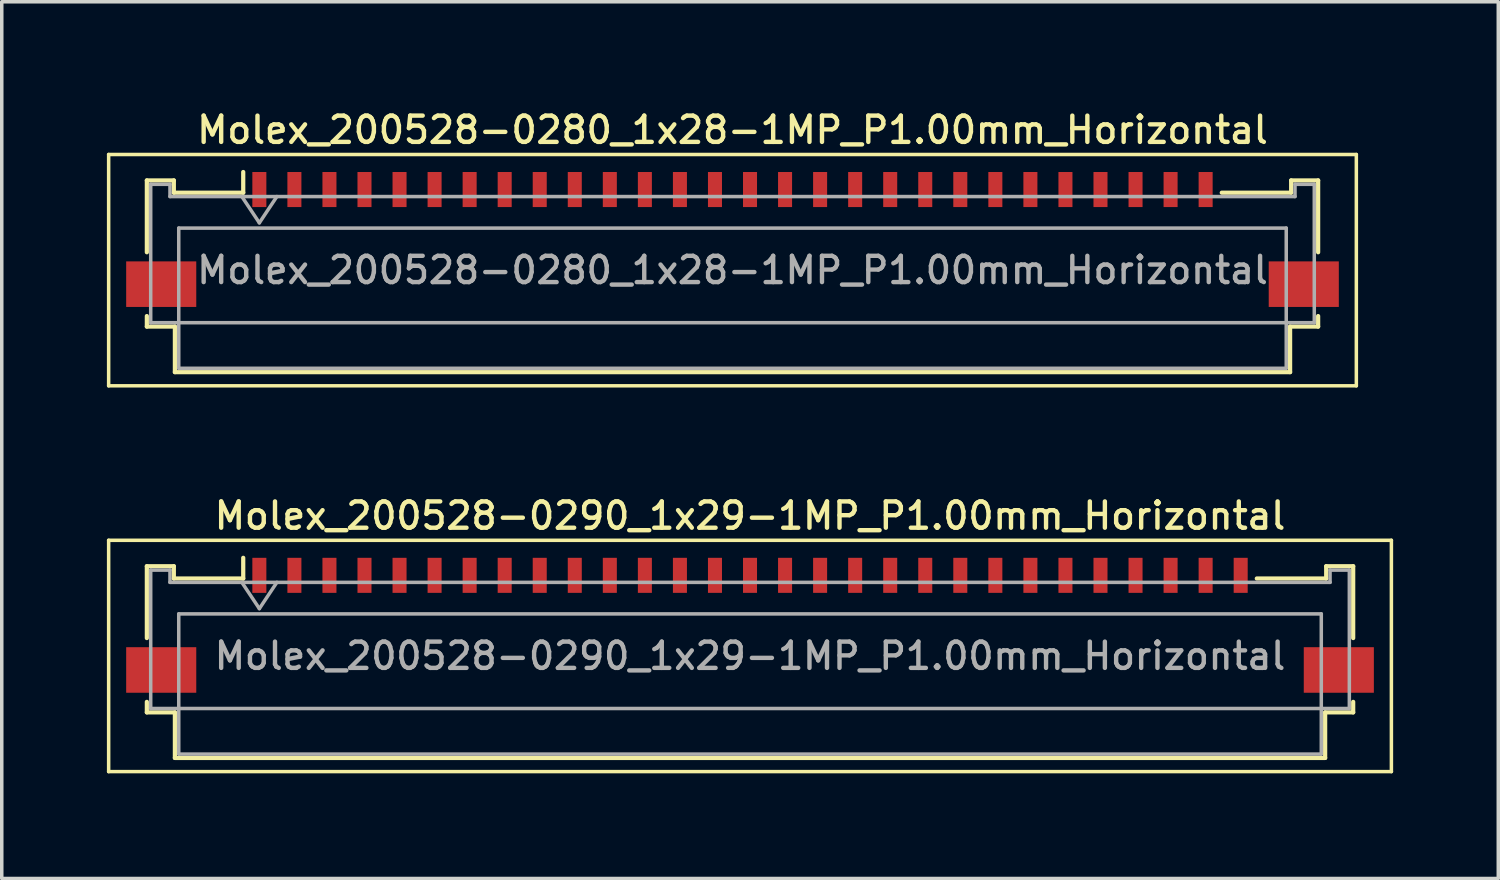
<source format=kicad_pcb>
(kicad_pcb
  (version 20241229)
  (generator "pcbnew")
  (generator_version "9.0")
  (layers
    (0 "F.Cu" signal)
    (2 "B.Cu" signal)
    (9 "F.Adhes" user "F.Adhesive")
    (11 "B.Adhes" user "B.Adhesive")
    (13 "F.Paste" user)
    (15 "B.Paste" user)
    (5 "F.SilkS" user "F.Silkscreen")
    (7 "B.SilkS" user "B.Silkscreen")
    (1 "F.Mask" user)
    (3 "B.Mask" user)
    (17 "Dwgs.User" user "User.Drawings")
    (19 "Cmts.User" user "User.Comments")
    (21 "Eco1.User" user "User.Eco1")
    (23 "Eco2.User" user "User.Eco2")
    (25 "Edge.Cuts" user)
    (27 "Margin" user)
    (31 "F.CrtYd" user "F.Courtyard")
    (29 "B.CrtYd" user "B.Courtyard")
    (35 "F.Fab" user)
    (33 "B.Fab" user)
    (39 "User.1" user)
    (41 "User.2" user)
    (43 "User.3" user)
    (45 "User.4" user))
  (footprint "Molex_200528-0280_1x28-1MP_P1.00mm_Horizontal"
    (layer "F.Cu")
    (at 17.85 3.268)
    (property "Reference" "Molex_200528-0280_1x28-1MP_P1.00mm_Horizontal" (at 0 -2.61 0) (layer "F.SilkS") (effects (font (size 0.75 0.75) (thickness 0.125))))
    (attr smd)
    (fp_line (start -17.8 -1.91) (end -17.8 4.69) (stroke (width 0.1) (type solid)) (layer "F.SilkS"))
    (fp_line (start -17.8 4.69) (end 17.8 4.69) (stroke (width 0.1) (type solid)) (layer "F.SilkS"))
    (fp_line (start -16.71 -1.17) (end -16.71 0.88) (stroke (width 0.12) (type solid)) (layer "F.SilkS"))
    (fp_line (start -16.71 2.7) (end -16.71 3) (stroke (width 0.12) (type solid)) (layer "F.SilkS"))
    (fp_line (start -16.71 3) (end -15.91 3) (stroke (width 0.12) (type solid)) (layer "F.SilkS"))
    (fp_line (start -15.94 -1.17) (end -16.71 -1.17) (stroke (width 0.12) (type solid)) (layer "F.SilkS"))
    (fp_line (start -15.94 -0.82) (end -15.94 -1.17) (stroke (width 0.12) (type solid)) (layer "F.SilkS"))
    (fp_line (start -15.91 3) (end -15.91 4.3) (stroke (width 0.12) (type solid)) (layer "F.SilkS"))
    (fp_line (start -15.91 4.3) (end 15.91 4.3) (stroke (width 0.12) (type solid)) (layer "F.SilkS"))
    (fp_line (start -13.96 -1.41) (end -13.96 -0.82) (stroke (width 0.12) (type solid)) (layer "F.SilkS"))
    (fp_line (start -13.96 -0.82) (end -15.94 -0.82) (stroke (width 0.12) (type solid)) (layer "F.SilkS"))
    (fp_line (start 15.91 3) (end 16.71 3) (stroke (width 0.12) (type solid)) (layer "F.SilkS"))
    (fp_line (start 15.91 4.3) (end 15.91 3) (stroke (width 0.12) (type solid)) (layer "F.SilkS"))
    (fp_line (start 15.94 -1.17) (end 15.94 -0.82) (stroke (width 0.12) (type solid)) (layer "F.SilkS"))
    (fp_line (start 15.94 -0.82) (end 13.96 -0.82) (stroke (width 0.12) (type solid)) (layer "F.SilkS"))
    (fp_line (start 16.71 -1.17) (end 15.94 -1.17) (stroke (width 0.12) (type solid)) (layer "F.SilkS"))
    (fp_line (start 16.71 0.88) (end 16.71 -1.17) (stroke (width 0.12) (type solid)) (layer "F.SilkS"))
    (fp_line (start 16.71 3) (end 16.71 2.7) (stroke (width 0.12) (type solid)) (layer "F.SilkS"))
    (fp_line (start 17.8 -1.91) (end -17.8 -1.91) (stroke (width 0.1) (type solid)) (layer "F.SilkS"))
    (fp_line (start 17.8 4.69) (end 17.8 -1.91) (stroke (width 0.1) (type solid)) (layer "F.SilkS"))
    (fp_line (start -16.6 -1.06) (end -16.6 2.89) (stroke (width 0.1) (type solid)) (layer "F.Fab"))
    (fp_line (start -16.6 2.89) (end 16.6 2.89) (stroke (width 0.1) (type solid)) (layer "F.Fab"))
    (fp_line (start -16.05 -1.06) (end -16.6 -1.06) (stroke (width 0.1) (type solid)) (layer "F.Fab"))
    (fp_line (start -16.05 -0.71) (end -16.05 -1.06) (stroke (width 0.1) (type solid)) (layer "F.Fab"))
    (fp_line (start -15.8 0.19) (end -15.8 4.19) (stroke (width 0.1) (type solid)) (layer "F.Fab"))
    (fp_line (start -15.8 4.19) (end 15.8 4.19) (stroke (width 0.1) (type solid)) (layer "F.Fab"))
    (fp_line (start -14 -0.71) (end -13.5 0.04) (stroke (width 0.1) (type solid)) (layer "F.Fab"))
    (fp_line (start -13.5 0.04) (end -13 -0.71) (stroke (width 0.1) (type solid)) (layer "F.Fab"))
    (fp_line (start 15.8 0.19) (end -15.8 0.19) (stroke (width 0.1) (type solid)) (layer "F.Fab"))
    (fp_line (start 15.8 4.19) (end 15.8 0.19) (stroke (width 0.1) (type solid)) (layer "F.Fab"))
    (fp_line (start 16.05 -1.06) (end 16.05 -0.71) (stroke (width 0.1) (type solid)) (layer "F.Fab"))
    (fp_line (start 16.05 -0.71) (end -16.05 -0.71) (stroke (width 0.1) (type solid)) (layer "F.Fab"))
    (fp_line (start 16.6 -1.06) (end 16.05 -1.06) (stroke (width 0.1) (type solid)) (layer "F.Fab"))
    (fp_line (start 16.6 2.89) (end 16.6 -1.06) (stroke (width 0.1) (type solid)) (layer "F.Fab"))
    (fp_text user "${REFERENCE}" (at 0 1.39 0) (layer "F.Fab") (effects (font (size 0.75 0.75) (thickness 0.125))))
    (pad "1" smd rect (at -13.5 -0.91) (size 0.4 1) (layers "F.Cu" "F.Mask" "F.Paste"))
    (pad "2" smd rect (at -12.5 -0.91) (size 0.4 1) (layers "F.Cu" "F.Mask" "F.Paste"))
    (pad "3" smd rect (at -11.5 -0.91) (size 0.4 1) (layers "F.Cu" "F.Mask" "F.Paste"))
    (pad "4" smd rect (at -10.5 -0.91) (size 0.4 1) (layers "F.Cu" "F.Mask" "F.Paste"))
    (pad "5" smd rect (at -9.5 -0.91) (size 0.4 1) (layers "F.Cu" "F.Mask" "F.Paste"))
    (pad "6" smd rect (at -8.5 -0.91) (size 0.4 1) (layers "F.Cu" "F.Mask" "F.Paste"))
    (pad "7" smd rect (at -7.5 -0.91) (size 0.4 1) (layers "F.Cu" "F.Mask" "F.Paste"))
    (pad "8" smd rect (at -6.5 -0.91) (size 0.4 1) (layers "F.Cu" "F.Mask" "F.Paste"))
    (pad "9" smd rect (at -5.5 -0.91) (size 0.4 1) (layers "F.Cu" "F.Mask" "F.Paste"))
    (pad "10" smd rect (at -4.5 -0.91) (size 0.4 1) (layers "F.Cu" "F.Mask" "F.Paste"))
    (pad "11" smd rect (at -3.5 -0.91) (size 0.4 1) (layers "F.Cu" "F.Mask" "F.Paste"))
    (pad "12" smd rect (at -2.5 -0.91) (size 0.4 1) (layers "F.Cu" "F.Mask" "F.Paste"))
    (pad "13" smd rect (at -1.5 -0.91) (size 0.4 1) (layers "F.Cu" "F.Mask" "F.Paste"))
    (pad "14" smd rect (at -0.5 -0.91) (size 0.4 1) (layers "F.Cu" "F.Mask" "F.Paste"))
    (pad "15" smd rect (at 0.5 -0.91) (size 0.4 1) (layers "F.Cu" "F.Mask" "F.Paste"))
    (pad "16" smd rect (at 1.5 -0.91) (size 0.4 1) (layers "F.Cu" "F.Mask" "F.Paste"))
    (pad "17" smd rect (at 2.5 -0.91) (size 0.4 1) (layers "F.Cu" "F.Mask" "F.Paste"))
    (pad "18" smd rect (at 3.5 -0.91) (size 0.4 1) (layers "F.Cu" "F.Mask" "F.Paste"))
    (pad "19" smd rect (at 4.5 -0.91) (size 0.4 1) (layers "F.Cu" "F.Mask" "F.Paste"))
    (pad "20" smd rect (at 5.5 -0.91) (size 0.4 1) (layers "F.Cu" "F.Mask" "F.Paste"))
    (pad "21" smd rect (at 6.5 -0.91) (size 0.4 1) (layers "F.Cu" "F.Mask" "F.Paste"))
    (pad "22" smd rect (at 7.5 -0.91) (size 0.4 1) (layers "F.Cu" "F.Mask" "F.Paste"))
    (pad "23" smd rect (at 8.5 -0.91) (size 0.4 1) (layers "F.Cu" "F.Mask" "F.Paste"))
    (pad "24" smd rect (at 9.5 -0.91) (size 0.4 1) (layers "F.Cu" "F.Mask" "F.Paste"))
    (pad "25" smd rect (at 10.5 -0.91) (size 0.4 1) (layers "F.Cu" "F.Mask" "F.Paste"))
    (pad "26" smd rect (at 11.5 -0.91) (size 0.4 1) (layers "F.Cu" "F.Mask" "F.Paste"))
    (pad "27" smd rect (at 12.5 -0.91) (size 0.4 1) (layers "F.Cu" "F.Mask" "F.Paste"))
    (pad "28" smd rect (at 13.5 -0.91) (size 0.4 1) (layers "F.Cu" "F.Mask" "F.Paste"))
    (pad "MP" smd rect (at -16.3 1.79) (size 2 1.3) (layers "F.Cu" "F.Mask" "F.Paste"))
    (pad "MP" smd rect (at 16.3 1.79) (size 2 1.3) (layers "F.Cu" "F.Mask" "F.Paste")))
  (footprint "Molex_200528-0290_1x29-1MP_P1.00mm_Horizontal"
    (layer "F.Cu")
    (at 18.35 14.276)
    (property "Reference" "Molex_200528-0290_1x29-1MP_P1.00mm_Horizontal" (at 0 -2.61 0) (layer "F.SilkS") (effects (font (size 0.75 0.75) (thickness 0.125))))
    (attr smd)
    (fp_line (start -18.3 -1.91) (end -18.3 4.69) (stroke (width 0.1) (type solid)) (layer "F.SilkS"))
    (fp_line (start -18.3 4.69) (end 18.3 4.69) (stroke (width 0.1) (type solid)) (layer "F.SilkS"))
    (fp_line (start -17.21 -1.17) (end -17.21 0.88) (stroke (width 0.12) (type solid)) (layer "F.SilkS"))
    (fp_line (start -17.21 2.7) (end -17.21 3) (stroke (width 0.12) (type solid)) (layer "F.SilkS"))
    (fp_line (start -17.21 3) (end -16.41 3) (stroke (width 0.12) (type solid)) (layer "F.SilkS"))
    (fp_line (start -16.44 -1.17) (end -17.21 -1.17) (stroke (width 0.12) (type solid)) (layer "F.SilkS"))
    (fp_line (start -16.44 -0.82) (end -16.44 -1.17) (stroke (width 0.12) (type solid)) (layer "F.SilkS"))
    (fp_line (start -16.41 3) (end -16.41 4.3) (stroke (width 0.12) (type solid)) (layer "F.SilkS"))
    (fp_line (start -16.41 4.3) (end 16.41 4.3) (stroke (width 0.12) (type solid)) (layer "F.SilkS"))
    (fp_line (start -14.46 -1.41) (end -14.46 -0.82) (stroke (width 0.12) (type solid)) (layer "F.SilkS"))
    (fp_line (start -14.46 -0.82) (end -16.44 -0.82) (stroke (width 0.12) (type solid)) (layer "F.SilkS"))
    (fp_line (start 16.41 3) (end 17.21 3) (stroke (width 0.12) (type solid)) (layer "F.SilkS"))
    (fp_line (start 16.41 4.3) (end 16.41 3) (stroke (width 0.12) (type solid)) (layer "F.SilkS"))
    (fp_line (start 16.44 -1.17) (end 16.44 -0.82) (stroke (width 0.12) (type solid)) (layer "F.SilkS"))
    (fp_line (start 16.44 -0.82) (end 14.46 -0.82) (stroke (width 0.12) (type solid)) (layer "F.SilkS"))
    (fp_line (start 17.21 -1.17) (end 16.44 -1.17) (stroke (width 0.12) (type solid)) (layer "F.SilkS"))
    (fp_line (start 17.21 0.88) (end 17.21 -1.17) (stroke (width 0.12) (type solid)) (layer "F.SilkS"))
    (fp_line (start 17.21 3) (end 17.21 2.7) (stroke (width 0.12) (type solid)) (layer "F.SilkS"))
    (fp_line (start 18.3 -1.91) (end -18.3 -1.91) (stroke (width 0.1) (type solid)) (layer "F.SilkS"))
    (fp_line (start 18.3 4.69) (end 18.3 -1.91) (stroke (width 0.1) (type solid)) (layer "F.SilkS"))
    (fp_line (start -17.1 -1.06) (end -17.1 2.89) (stroke (width 0.1) (type solid)) (layer "F.Fab"))
    (fp_line (start -17.1 2.89) (end 17.1 2.89) (stroke (width 0.1) (type solid)) (layer "F.Fab"))
    (fp_line (start -16.55 -1.06) (end -17.1 -1.06) (stroke (width 0.1) (type solid)) (layer "F.Fab"))
    (fp_line (start -16.55 -0.71) (end -16.55 -1.06) (stroke (width 0.1) (type solid)) (layer "F.Fab"))
    (fp_line (start -16.3 0.19) (end -16.3 4.19) (stroke (width 0.1) (type solid)) (layer "F.Fab"))
    (fp_line (start -16.3 4.19) (end 16.3 4.19) (stroke (width 0.1) (type solid)) (layer "F.Fab"))
    (fp_line (start -14.5 -0.71) (end -14 0.04) (stroke (width 0.1) (type solid)) (layer "F.Fab"))
    (fp_line (start -14 0.04) (end -13.5 -0.71) (stroke (width 0.1) (type solid)) (layer "F.Fab"))
    (fp_line (start 16.3 0.19) (end -16.3 0.19) (stroke (width 0.1) (type solid)) (layer "F.Fab"))
    (fp_line (start 16.3 4.19) (end 16.3 0.19) (stroke (width 0.1) (type solid)) (layer "F.Fab"))
    (fp_line (start 16.55 -1.06) (end 16.55 -0.71) (stroke (width 0.1) (type solid)) (layer "F.Fab"))
    (fp_line (start 16.55 -0.71) (end -16.55 -0.71) (stroke (width 0.1) (type solid)) (layer "F.Fab"))
    (fp_line (start 17.1 -1.06) (end 16.55 -1.06) (stroke (width 0.1) (type solid)) (layer "F.Fab"))
    (fp_line (start 17.1 2.89) (end 17.1 -1.06) (stroke (width 0.1) (type solid)) (layer "F.Fab"))
    (fp_text user "${REFERENCE}" (at 0 1.39 0) (layer "F.Fab") (effects (font (size 0.75 0.75) (thickness 0.125))))
    (pad "1" smd rect (at -14 -0.91) (size 0.4 1) (layers "F.Cu" "F.Mask" "F.Paste"))
    (pad "2" smd rect (at -13 -0.91) (size 0.4 1) (layers "F.Cu" "F.Mask" "F.Paste"))
    (pad "3" smd rect (at -12 -0.91) (size 0.4 1) (layers "F.Cu" "F.Mask" "F.Paste"))
    (pad "4" smd rect (at -11 -0.91) (size 0.4 1) (layers "F.Cu" "F.Mask" "F.Paste"))
    (pad "5" smd rect (at -10 -0.91) (size 0.4 1) (layers "F.Cu" "F.Mask" "F.Paste"))
    (pad "6" smd rect (at -9 -0.91) (size 0.4 1) (layers "F.Cu" "F.Mask" "F.Paste"))
    (pad "7" smd rect (at -8 -0.91) (size 0.4 1) (layers "F.Cu" "F.Mask" "F.Paste"))
    (pad "8" smd rect (at -7 -0.91) (size 0.4 1) (layers "F.Cu" "F.Mask" "F.Paste"))
    (pad "9" smd rect (at -6 -0.91) (size 0.4 1) (layers "F.Cu" "F.Mask" "F.Paste"))
    (pad "10" smd rect (at -5 -0.91) (size 0.4 1) (layers "F.Cu" "F.Mask" "F.Paste"))
    (pad "11" smd rect (at -4 -0.91) (size 0.4 1) (layers "F.Cu" "F.Mask" "F.Paste"))
    (pad "12" smd rect (at -3 -0.91) (size 0.4 1) (layers "F.Cu" "F.Mask" "F.Paste"))
    (pad "13" smd rect (at -2 -0.91) (size 0.4 1) (layers "F.Cu" "F.Mask" "F.Paste"))
    (pad "14" smd rect (at -1 -0.91) (size 0.4 1) (layers "F.Cu" "F.Mask" "F.Paste"))
    (pad "15" smd rect (at 0 -0.91) (size 0.4 1) (layers "F.Cu" "F.Mask" "F.Paste"))
    (pad "16" smd rect (at 1 -0.91) (size 0.4 1) (layers "F.Cu" "F.Mask" "F.Paste"))
    (pad "17" smd rect (at 2 -0.91) (size 0.4 1) (layers "F.Cu" "F.Mask" "F.Paste"))
    (pad "18" smd rect (at 3 -0.91) (size 0.4 1) (layers "F.Cu" "F.Mask" "F.Paste"))
    (pad "19" smd rect (at 4 -0.91) (size 0.4 1) (layers "F.Cu" "F.Mask" "F.Paste"))
    (pad "20" smd rect (at 5 -0.91) (size 0.4 1) (layers "F.Cu" "F.Mask" "F.Paste"))
    (pad "21" smd rect (at 6 -0.91) (size 0.4 1) (layers "F.Cu" "F.Mask" "F.Paste"))
    (pad "22" smd rect (at 7 -0.91) (size 0.4 1) (layers "F.Cu" "F.Mask" "F.Paste"))
    (pad "23" smd rect (at 8 -0.91) (size 0.4 1) (layers "F.Cu" "F.Mask" "F.Paste"))
    (pad "24" smd rect (at 9 -0.91) (size 0.4 1) (layers "F.Cu" "F.Mask" "F.Paste"))
    (pad "25" smd rect (at 10 -0.91) (size 0.4 1) (layers "F.Cu" "F.Mask" "F.Paste"))
    (pad "26" smd rect (at 11 -0.91) (size 0.4 1) (layers "F.Cu" "F.Mask" "F.Paste"))
    (pad "27" smd rect (at 12 -0.91) (size 0.4 1) (layers "F.Cu" "F.Mask" "F.Paste"))
    (pad "28" smd rect (at 13 -0.91) (size 0.4 1) (layers "F.Cu" "F.Mask" "F.Paste"))
    (pad "29" smd rect (at 14 -0.91) (size 0.4 1) (layers "F.Cu" "F.Mask" "F.Paste"))
    (pad "MP" smd rect (at -16.8 1.79) (size 2 1.3) (layers "F.Cu" "F.Mask" "F.Paste"))
    (pad "MP" smd rect (at 16.8 1.79) (size 2 1.3) (layers "F.Cu" "F.Mask" "F.Paste")))
  (gr_rect
    (start -3 -3)
    (end 39.7 22.016)
    (stroke (width 0.1) (type default))
    (fill no)
    (layer "Edge.Cuts")))
</source>
